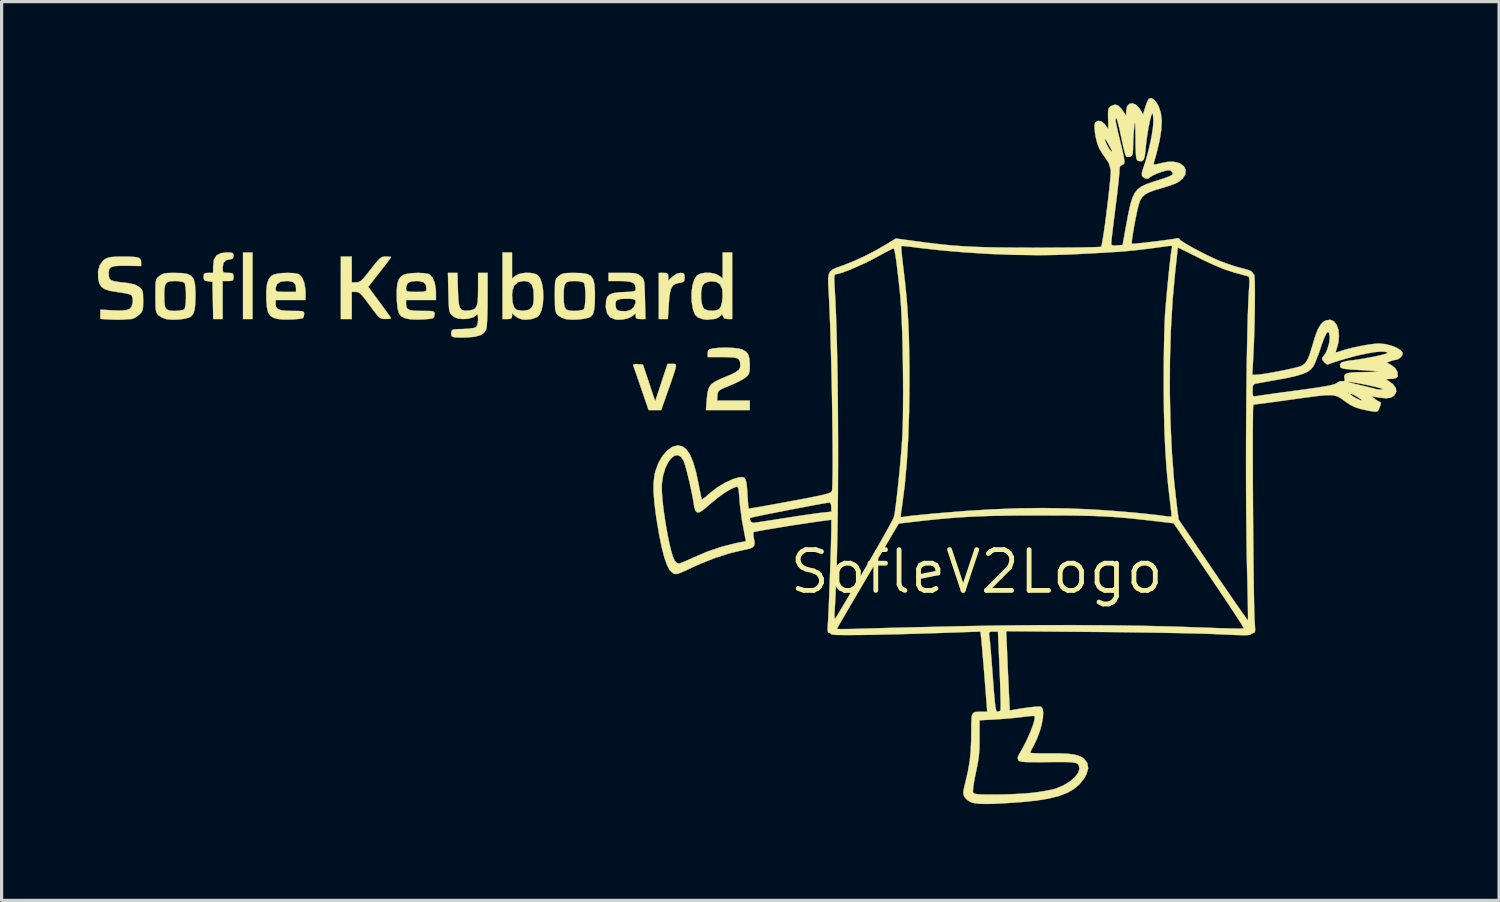
<source format=kicad_pcb>
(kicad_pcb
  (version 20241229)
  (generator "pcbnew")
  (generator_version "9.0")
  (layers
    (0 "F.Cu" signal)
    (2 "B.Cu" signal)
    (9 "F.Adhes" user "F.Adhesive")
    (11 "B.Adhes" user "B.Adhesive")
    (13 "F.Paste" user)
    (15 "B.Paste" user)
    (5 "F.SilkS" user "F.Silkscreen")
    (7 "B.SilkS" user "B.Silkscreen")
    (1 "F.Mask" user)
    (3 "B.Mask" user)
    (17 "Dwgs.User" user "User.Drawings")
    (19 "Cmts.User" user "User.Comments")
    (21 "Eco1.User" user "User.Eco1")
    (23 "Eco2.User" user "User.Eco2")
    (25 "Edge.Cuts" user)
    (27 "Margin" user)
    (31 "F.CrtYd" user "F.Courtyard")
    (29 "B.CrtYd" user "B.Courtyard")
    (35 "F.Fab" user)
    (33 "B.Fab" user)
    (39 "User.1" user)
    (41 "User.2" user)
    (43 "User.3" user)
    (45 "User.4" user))
  (footprint "SofleV2Logo"
    (layer "F.Cu")
    (at 27.382 14.765)
    (property "Reference" "SofleV2Logo" (at 0 0 0) (layer "F.SilkS") (effects (font (size 1.27 1.27) (thickness 0.15))))
    (attr through_hole)
    (fp_poly (pts (xy -22.564 -7.874) (xy -22.86 -7.874) (xy -22.86 -9.948) (xy -22.564 -9.948) (xy -22.564 -7.874)) (stroke (width 0.01) (type solid)) (fill yes) (layer "F.SilkS"))
    (fp_poly (pts (xy -9.658 -9.306) (xy -9.617 -9.27) (xy -9.61 -9.19) (xy -9.61 -9.066) (xy -9.486 -9.19) (xy -9.341 -9.291) (xy -9.232 -9.313) (xy -9.143 -9.305) (xy -9.108 -9.262) (xy -9.102 -9.171) (xy -9.109 -9.078) (xy -9.146 -9.031) (xy -9.238 -9.006) (xy -9.27 -9.001) (xy -9.384 -8.972) (xy -9.466 -8.917) (xy -9.522 -8.825) (xy -9.56 -8.681) (xy -9.584 -8.473) (xy -9.595 -8.326) (xy -9.623 -7.874) (xy -9.906 -7.874) (xy -9.906 -9.313) (xy -9.758 -9.313) (xy -9.658 -9.306)) (stroke (width 0.01) (type solid)) (fill yes) (layer "F.SilkS"))
    (fp_poly (pts (xy -9.396 -6.471) (xy -9.374 -6.449) (xy -9.372 -6.4) (xy -9.391 -6.314) (xy -9.432 -6.181) (xy -9.496 -5.991) (xy -9.587 -5.734) (xy -9.614 -5.654) (xy -9.831 -5.038) (xy -10.027 -5.038) (xy -10.223 -5.038) (xy -10.452 -5.705) (xy -10.53 -5.931) (xy -10.599 -6.131) (xy -10.654 -6.291) (xy -10.69 -6.395) (xy -10.701 -6.427) (xy -10.692 -6.463) (xy -10.619 -6.473) (xy -10.56 -6.469) (xy -10.399 -6.456) (xy -10.209 -5.884) (xy -10.018 -5.313) (xy -9.826 -5.895) (xy -9.633 -6.477) (xy -9.49 -6.477) (xy -9.435 -6.477) (xy -9.396 -6.471)) (stroke (width 0.01) (type solid)) (fill yes) (layer "F.SilkS"))
    (fp_poly (pts (xy -23.244 -9.945) (xy -23.18 -9.928) (xy -23.158 -9.886) (xy -23.156 -9.842) (xy -23.176 -9.76) (xy -23.244 -9.737) (xy -23.387 -9.71) (xy -23.469 -9.626) (xy -23.495 -9.481) (xy -23.491 -9.374) (xy -23.462 -9.326) (xy -23.384 -9.314) (xy -23.326 -9.313) (xy -23.217 -9.308) (xy -23.169 -9.281) (xy -23.157 -9.214) (xy -23.156 -9.186) (xy -23.163 -9.105) (xy -23.199 -9.069) (xy -23.289 -9.06) (xy -23.326 -9.059) (xy -23.495 -9.059) (xy -23.495 -7.874) (xy -23.789 -7.874) (xy -23.812 -9.038) (xy -23.95 -9.051) (xy -24.046 -9.071) (xy -24.083 -9.12) (xy -24.088 -9.189) (xy -24.079 -9.273) (xy -24.036 -9.307) (xy -23.939 -9.313) (xy -23.791 -9.313) (xy -23.791 -9.527) (xy -23.766 -9.723) (xy -23.687 -9.855) (xy -23.548 -9.928) (xy -23.37 -9.948) (xy -23.244 -9.945)) (stroke (width 0.01) (type solid)) (fill yes) (layer "F.SilkS"))
    (fp_poly (pts (xy -19.473 -9.017) (xy -19.335 -9.017) (xy -19.271 -9.023) (xy -19.211 -9.049) (xy -19.144 -9.105) (xy -19.056 -9.204) (xy -18.934 -9.356) (xy -18.885 -9.419) (xy -18.752 -9.589) (xy -18.657 -9.703) (xy -18.586 -9.772) (xy -18.526 -9.807) (xy -18.464 -9.82) (xy -18.41 -9.821) (xy -18.306 -9.818) (xy -18.249 -9.808) (xy -18.246 -9.805) (xy -18.27 -9.767) (xy -18.338 -9.676) (xy -18.439 -9.543) (xy -18.564 -9.382) (xy -18.602 -9.333) (xy -18.958 -8.878) (xy -18.602 -8.397) (xy -18.474 -8.223) (xy -18.367 -8.074) (xy -18.288 -7.963) (xy -18.249 -7.902) (xy -18.246 -7.895) (xy -18.283 -7.883) (xy -18.378 -7.877) (xy -18.426 -7.877) (xy -18.502 -7.88) (xy -18.563 -7.895) (xy -18.622 -7.933) (xy -18.69 -8.006) (xy -18.783 -8.124) (xy -18.911 -8.299) (xy -18.912 -8.3) (xy -19.045 -8.479) (xy -19.141 -8.599) (xy -19.213 -8.672) (xy -19.272 -8.708) (xy -19.33 -8.72) (xy -19.346 -8.721) (xy -19.473 -8.721) (xy -19.473 -7.874) (xy -19.812 -7.874) (xy -19.812 -9.821) (xy -19.473 -9.821) (xy -19.473 -9.017)) (stroke (width 0.01) (type solid)) (fill yes) (layer "F.SilkS"))
    (fp_poly (pts (xy -7.604 -6.976) (xy -7.422 -6.955) (xy -7.305 -6.925) (xy -7.188 -6.859) (xy -7.116 -6.767) (xy -7.08 -6.629) (xy -7.07 -6.433) (xy -7.074 -6.281) (xy -7.094 -6.184) (xy -7.138 -6.113) (xy -7.186 -6.066) (xy -7.277 -6.003) (xy -7.422 -5.924) (xy -7.597 -5.842) (xy -7.684 -5.806) (xy -7.859 -5.734) (xy -7.97 -5.681) (xy -8.034 -5.636) (xy -8.063 -5.587) (xy -8.075 -5.521) (xy -8.078 -5.493) (xy -8.091 -5.334) (xy -7.07 -5.334) (xy -7.07 -5.038) (xy -8.437 -5.038) (xy -8.41 -5.383) (xy -8.388 -5.583) (xy -8.348 -5.728) (xy -8.277 -5.836) (xy -8.159 -5.923) (xy -7.982 -6.009) (xy -7.876 -6.053) (xy -7.66 -6.144) (xy -7.512 -6.218) (xy -7.422 -6.284) (xy -7.378 -6.349) (xy -7.366 -6.419) (xy -7.372 -6.529) (xy -7.401 -6.605) (xy -7.464 -6.652) (xy -7.576 -6.677) (xy -7.749 -6.687) (xy -7.918 -6.689) (xy -8.382 -6.689) (xy -8.382 -6.81) (xy -8.372 -6.892) (xy -8.324 -6.934) (xy -8.223 -6.958) (xy -8.031 -6.978) (xy -7.816 -6.984) (xy -7.604 -6.976)) (stroke (width 0.01) (type solid)) (fill yes) (layer "F.SilkS"))
    (fp_poly (pts (xy -14.478 -9.138) (xy -14.366 -9.226) (xy -14.239 -9.286) (xy -14.069 -9.315) (xy -13.892 -9.311) (xy -13.74 -9.276) (xy -13.676 -9.239) (xy -13.596 -9.129) (xy -13.541 -8.962) (xy -13.51 -8.76) (xy -13.503 -8.541) (xy -13.52 -8.328) (xy -13.562 -8.141) (xy -13.627 -8.001) (xy -13.686 -7.941) (xy -13.855 -7.875) (xy -14.061 -7.854) (xy -14.161 -7.862) (xy -14.288 -7.906) (xy -14.383 -7.969) (xy -14.478 -8.058) (xy -14.478 -7.966) (xy -14.492 -7.903) (xy -14.55 -7.878) (xy -14.626 -7.874) (xy -14.774 -7.874) (xy -14.774 -8.62) (xy -14.478 -8.62) (xy -14.462 -8.391) (xy -14.414 -8.238) (xy -14.335 -8.162) (xy -14.322 -8.158) (xy -14.13 -8.132) (xy -13.971 -8.159) (xy -13.885 -8.213) (xy -13.838 -8.277) (xy -13.812 -8.368) (xy -13.802 -8.508) (xy -13.801 -8.594) (xy -13.815 -8.805) (xy -13.862 -8.947) (xy -13.948 -9.028) (xy -14.081 -9.058) (xy -14.12 -9.059) (xy -14.288 -9.026) (xy -14.404 -8.926) (xy -14.466 -8.761) (xy -14.478 -8.62) (xy -14.774 -8.62) (xy -14.774 -9.948) (xy -14.478 -9.948) (xy -14.478 -9.138)) (stroke (width 0.01) (type solid)) (fill yes) (layer "F.SilkS"))
    (fp_poly (pts (xy -7.62 -7.874) (xy -7.751 -7.874) (xy -7.858 -7.893) (xy -7.903 -7.955) (xy -7.922 -8.009) (xy -7.953 -8.004) (xy -8.005 -7.955) (xy -8.104 -7.893) (xy -8.188 -7.874) (xy -8.292 -7.867) (xy -8.347 -7.857) (xy -8.425 -7.855) (xy -8.537 -7.872) (xy -8.54 -7.873) (xy -8.681 -7.922) (xy -8.77 -8.001) (xy -8.827 -8.133) (xy -8.843 -8.19) (xy -8.883 -8.433) (xy -8.887 -8.681) (xy -8.887 -8.686) (xy -8.588 -8.686) (xy -8.587 -8.511) (xy -8.564 -8.35) (xy -8.522 -8.229) (xy -8.486 -8.185) (xy -8.37 -8.141) (xy -8.221 -8.131) (xy -8.081 -8.156) (xy -8.025 -8.184) (xy -7.972 -8.266) (xy -7.935 -8.405) (xy -7.917 -8.575) (xy -7.923 -8.752) (xy -7.933 -8.819) (xy -7.996 -8.954) (xy -8.115 -9.032) (xy -8.278 -9.05) (xy -8.373 -9.034) (xy -8.483 -8.992) (xy -8.541 -8.918) (xy -8.564 -8.848) (xy -8.588 -8.686) (xy -8.887 -8.686) (xy -8.859 -8.911) (xy -8.8 -9.104) (xy -8.718 -9.231) (xy -8.609 -9.29) (xy -8.453 -9.317) (xy -8.28 -9.312) (xy -8.122 -9.275) (xy -8.028 -9.226) (xy -7.916 -9.138) (xy -7.916 -9.948) (xy -7.62 -9.948) (xy -7.62 -7.874)) (stroke (width 0.01) (type solid)) (fill yes) (layer "F.SilkS"))
    (fp_poly (pts (xy -21.291 -9.306) (xy -21.156 -9.283) (xy -21.118 -9.268) (xy -21.023 -9.173) (xy -20.954 -9.013) (xy -20.917 -8.807) (xy -20.913 -8.701) (xy -20.913 -8.467) (xy -21.844 -8.467) (xy -21.844 -8.341) (xy -21.83 -8.25) (xy -21.778 -8.188) (xy -21.678 -8.151) (xy -21.516 -8.132) (xy -21.318 -8.128) (xy -21.143 -8.127) (xy -21.035 -8.121) (xy -20.98 -8.105) (xy -20.958 -8.074) (xy -20.955 -8.023) (xy -20.955 -8.021) (xy -20.973 -7.934) (xy -21.008 -7.897) (xy -21.118 -7.878) (xy -21.28 -7.865) (xy -21.463 -7.859) (xy -21.634 -7.862) (xy -21.751 -7.873) (xy -21.904 -7.91) (xy -22.01 -7.974) (xy -22.078 -8.08) (xy -22.116 -8.241) (xy -22.134 -8.472) (xy -22.134 -8.475) (xy -22.135 -8.759) (xy -22.128 -8.823) (xy -21.844 -8.823) (xy -21.84 -8.771) (xy -21.815 -8.741) (xy -21.752 -8.726) (xy -21.632 -8.721) (xy -21.526 -8.721) (xy -21.209 -8.721) (xy -21.209 -8.839) (xy -21.229 -8.958) (xy -21.299 -9.027) (xy -21.431 -9.057) (xy -21.511 -9.059) (xy -21.69 -9.036) (xy -21.8 -8.966) (xy -21.843 -8.847) (xy -21.844 -8.823) (xy -22.128 -8.823) (xy -22.111 -8.971) (xy -22.058 -9.122) (xy -21.975 -9.22) (xy -21.929 -9.25) (xy -21.814 -9.284) (xy -21.65 -9.306) (xy -21.465 -9.313) (xy -21.291 -9.306)) (stroke (width 0.01) (type solid)) (fill yes) (layer "F.SilkS"))
    (fp_poly (pts (xy -17.229 -9.305) (xy -17.094 -9.283) (xy -17.054 -9.268) (xy -16.959 -9.173) (xy -16.89 -9.013) (xy -16.853 -8.807) (xy -16.849 -8.701) (xy -16.849 -8.467) (xy -17.78 -8.467) (xy -17.78 -8.348) (xy -17.77 -8.253) (xy -17.732 -8.19) (xy -17.651 -8.152) (xy -17.514 -8.133) (xy -17.307 -8.128) (xy -17.285 -8.128) (xy -17.101 -8.127) (xy -16.985 -8.122) (xy -16.923 -8.108) (xy -16.897 -8.081) (xy -16.891 -8.037) (xy -16.891 -8.021) (xy -16.909 -7.934) (xy -16.944 -7.897) (xy -17.054 -7.878) (xy -17.216 -7.865) (xy -17.399 -7.859) (xy -17.57 -7.862) (xy -17.687 -7.873) (xy -17.835 -7.907) (xy -17.939 -7.966) (xy -18.007 -8.063) (xy -18.046 -8.212) (xy -18.066 -8.427) (xy -18.07 -8.513) (xy -18.071 -8.775) (xy -18.068 -8.808) (xy -17.78 -8.808) (xy -17.773 -8.763) (xy -17.741 -8.737) (xy -17.665 -8.725) (xy -17.529 -8.721) (xy -17.462 -8.721) (xy -17.3 -8.723) (xy -17.205 -8.731) (xy -17.16 -8.752) (xy -17.146 -8.79) (xy -17.145 -8.808) (xy -17.164 -8.94) (xy -17.231 -9.019) (xy -17.358 -9.055) (xy -17.462 -9.059) (xy -17.629 -9.044) (xy -17.729 -8.991) (xy -17.774 -8.891) (xy -17.78 -8.808) (xy -18.068 -8.808) (xy -18.053 -8.967) (xy -18.011 -9.103) (xy -17.942 -9.197) (xy -17.861 -9.252) (xy -17.748 -9.285) (xy -17.586 -9.306) (xy -17.402 -9.313) (xy -17.229 -9.305)) (stroke (width 0.01) (type solid)) (fill yes) (layer "F.SilkS"))
    (fp_poly (pts (xy -24.758 -9.306) (xy -24.584 -9.278) (xy -24.467 -9.216) (xy -24.394 -9.11) (xy -24.356 -8.948) (xy -24.343 -8.718) (xy -24.342 -8.594) (xy -24.348 -8.342) (xy -24.369 -8.162) (xy -24.41 -8.039) (xy -24.473 -7.96) (xy -24.53 -7.925) (xy -24.664 -7.886) (xy -24.846 -7.862) (xy -25.04 -7.854) (xy -25.211 -7.865) (xy -25.245 -7.871) (xy -25.378 -7.917) (xy -25.489 -7.987) (xy -25.499 -7.996) (xy -25.538 -8.042) (xy -25.564 -8.098) (xy -25.58 -8.181) (xy -25.588 -8.307) (xy -25.59 -8.494) (xy -25.59 -8.594) (xy -25.315 -8.594) (xy -25.31 -8.389) (xy -25.288 -8.255) (xy -25.238 -8.176) (xy -25.151 -8.139) (xy -25.015 -8.128) (xy -24.984 -8.128) (xy -24.842 -8.136) (xy -24.731 -8.158) (xy -24.689 -8.179) (xy -24.663 -8.248) (xy -24.646 -8.375) (xy -24.638 -8.537) (xy -24.639 -8.706) (xy -24.65 -8.859) (xy -24.67 -8.97) (xy -24.689 -9.009) (xy -24.757 -9.036) (xy -24.879 -9.055) (xy -24.984 -9.059) (xy -25.129 -9.052) (xy -25.225 -9.021) (xy -25.281 -8.951) (xy -25.308 -8.828) (xy -25.315 -8.638) (xy -25.315 -8.594) (xy -25.59 -8.594) (xy -25.59 -8.599) (xy -25.59 -8.814) (xy -25.586 -8.961) (xy -25.575 -9.058) (xy -25.554 -9.121) (xy -25.52 -9.167) (xy -25.472 -9.211) (xy -25.403 -9.262) (xy -25.327 -9.293) (xy -25.22 -9.308) (xy -25.059 -9.313) (xy -24.997 -9.313) (xy -24.758 -9.306)) (stroke (width 0.01) (type solid)) (fill yes) (layer "F.SilkS"))
    (fp_poly (pts (xy -16.164 -8.781) (xy -16.154 -8.527) (xy -16.135 -8.346) (xy -16.102 -8.228) (xy -16.048 -8.162) (xy -15.966 -8.136) (xy -15.852 -8.139) (xy -15.813 -8.143) (xy -15.706 -8.164) (xy -15.63 -8.204) (xy -15.581 -8.275) (xy -15.553 -8.392) (xy -15.54 -8.566) (xy -15.536 -8.812) (xy -15.536 -8.813) (xy -15.536 -9.313) (xy -15.24 -9.313) (xy -15.24 -8.491) (xy -15.242 -8.228) (xy -15.248 -7.989) (xy -15.256 -7.789) (xy -15.267 -7.642) (xy -15.28 -7.563) (xy -15.28 -7.561) (xy -15.351 -7.447) (xy -15.468 -7.369) (xy -15.643 -7.322) (xy -15.863 -7.302) (xy -16.035 -7.298) (xy -16.184 -7.3) (xy -16.282 -7.307) (xy -16.29 -7.309) (xy -16.362 -7.344) (xy -16.377 -7.423) (xy -16.375 -7.443) (xy -16.365 -7.499) (xy -16.34 -7.533) (xy -16.282 -7.551) (xy -16.173 -7.56) (xy -16.01 -7.564) (xy -15.834 -7.574) (xy -15.692 -7.592) (xy -15.606 -7.617) (xy -15.597 -7.622) (xy -15.556 -7.702) (xy -15.537 -7.839) (xy -15.537 -7.869) (xy -15.543 -7.973) (xy -15.558 -8.022) (xy -15.569 -8.018) (xy -15.673 -7.934) (xy -15.842 -7.885) (xy -15.997 -7.874) (xy -16.156 -7.887) (xy -16.272 -7.934) (xy -16.328 -7.976) (xy -16.374 -8.018) (xy -16.407 -8.061) (xy -16.428 -8.12) (xy -16.442 -8.21) (xy -16.451 -8.345) (xy -16.457 -8.541) (xy -16.461 -8.696) (xy -16.476 -9.313) (xy -16.178 -9.313) (xy -16.164 -8.781)) (stroke (width 0.01) (type solid)) (fill yes) (layer "F.SilkS"))
    (fp_poly (pts (xy -12.312 -9.306) (xy -12.138 -9.278) (xy -12.02 -9.216) (xy -11.948 -9.11) (xy -11.91 -8.947) (xy -11.897 -8.717) (xy -11.896 -8.594) (xy -11.901 -8.34) (xy -11.921 -8.157) (xy -11.957 -8.034) (xy -12.013 -7.957) (xy -12.078 -7.92) (xy -12.227 -7.883) (xy -12.421 -7.86) (xy -12.62 -7.855) (xy -12.787 -7.869) (xy -12.799 -7.871) (xy -12.932 -7.917) (xy -13.043 -7.987) (xy -13.053 -7.996) (xy -13.092 -8.042) (xy -13.118 -8.098) (xy -13.134 -8.181) (xy -13.142 -8.307) (xy -13.144 -8.494) (xy -13.144 -8.594) (xy -12.869 -8.594) (xy -12.864 -8.389) (xy -12.842 -8.255) (xy -12.792 -8.176) (xy -12.705 -8.139) (xy -12.569 -8.128) (xy -12.538 -8.128) (xy -12.396 -8.136) (xy -12.285 -8.158) (xy -12.243 -8.179) (xy -12.217 -8.248) (xy -12.2 -8.375) (xy -12.192 -8.537) (xy -12.193 -8.706) (xy -12.204 -8.859) (xy -12.224 -8.97) (xy -12.243 -9.009) (xy -12.311 -9.036) (xy -12.433 -9.055) (xy -12.538 -9.059) (xy -12.683 -9.052) (xy -12.779 -9.021) (xy -12.835 -8.951) (xy -12.862 -8.828) (xy -12.869 -8.638) (xy -12.869 -8.594) (xy -13.144 -8.594) (xy -13.145 -8.599) (xy -13.144 -8.814) (xy -13.14 -8.961) (xy -13.129 -9.058) (xy -13.108 -9.121) (xy -13.074 -9.167) (xy -13.026 -9.211) (xy -12.957 -9.262) (xy -12.881 -9.293) (xy -12.774 -9.308) (xy -12.613 -9.313) (xy -12.551 -9.313) (xy -12.312 -9.306)) (stroke (width 0.01) (type solid)) (fill yes) (layer "F.SilkS"))
    (fp_poly (pts (xy -10.828 -9.312) (xy -10.691 -9.305) (xy -10.599 -9.288) (xy -10.533 -9.26) (xy -10.473 -9.214) (xy -10.469 -9.211) (xy -10.423 -9.169) (xy -10.39 -9.126) (xy -10.369 -9.068) (xy -10.355 -8.978) (xy -10.346 -8.842) (xy -10.34 -8.646) (xy -10.336 -8.492) (xy -10.321 -7.874) (xy -10.474 -7.874) (xy -10.576 -7.882) (xy -10.619 -7.917) (xy -10.626 -7.966) (xy -10.626 -8.058) (xy -10.721 -7.972) (xy -10.843 -7.904) (xy -11.013 -7.862) (xy -11.194 -7.855) (xy -11.261 -7.863) (xy -11.417 -7.925) (xy -11.515 -8.048) (xy -11.556 -8.233) (xy -11.557 -8.279) (xy -11.553 -8.344) (xy -11.256 -8.344) (xy -11.253 -8.293) (xy -11.231 -8.191) (xy -11.176 -8.143) (xy -11.113 -8.126) (xy -10.925 -8.118) (xy -10.776 -8.162) (xy -10.682 -8.252) (xy -10.68 -8.257) (xy -10.628 -8.38) (xy -10.63 -8.456) (xy -10.695 -8.495) (xy -10.832 -8.508) (xy -10.89 -8.508) (xy -11.072 -8.502) (xy -11.185 -8.478) (xy -11.241 -8.428) (xy -11.256 -8.344) (xy -11.553 -8.344) (xy -11.547 -8.451) (xy -11.507 -8.57) (xy -11.426 -8.646) (xy -11.289 -8.69) (xy -11.085 -8.711) (xy -11.01 -8.714) (xy -10.829 -8.722) (xy -10.716 -8.733) (xy -10.655 -8.751) (xy -10.63 -8.78) (xy -10.626 -8.826) (xy -10.626 -8.828) (xy -10.642 -8.93) (xy -10.7 -8.999) (xy -10.812 -9.039) (xy -10.988 -9.057) (xy -11.116 -9.059) (xy -11.472 -9.059) (xy -11.472 -9.313) (xy -11.03 -9.313) (xy -10.828 -9.312)) (stroke (width 0.01) (type solid)) (fill yes) (layer "F.SilkS"))
    (fp_poly (pts (xy -26.392 -9.818) (xy -26.227 -9.808) (xy -26.122 -9.788) (xy -26.064 -9.753) (xy -26.039 -9.7) (xy -26.035 -9.647) (xy -26.035 -9.526) (xy -26.476 -9.534) (xy -26.71 -9.534) (xy -26.872 -9.521) (xy -26.973 -9.489) (xy -27.027 -9.431) (xy -27.045 -9.343) (xy -27.043 -9.255) (xy -27.034 -9.177) (xy -27.013 -9.122) (xy -26.966 -9.083) (xy -26.879 -9.054) (xy -26.739 -9.03) (xy -26.533 -9.005) (xy -26.446 -8.996) (xy -26.234 -8.951) (xy -26.088 -8.87) (xy -26.087 -8.869) (xy -26.028 -8.812) (xy -25.993 -8.75) (xy -25.977 -8.659) (xy -25.972 -8.517) (xy -25.971 -8.446) (xy -25.973 -8.279) (xy -25.985 -8.173) (xy -26.012 -8.101) (xy -26.064 -8.039) (xy -26.11 -7.998) (xy -26.217 -7.92) (xy -26.318 -7.877) (xy -26.343 -7.874) (xy -26.452 -7.869) (xy -26.583 -7.859) (xy -26.585 -7.859) (xy -26.707 -7.854) (xy -26.873 -7.855) (xy -27.019 -7.861) (xy -27.305 -7.878) (xy -27.305 -8.168) (xy -26.913 -8.146) (xy -26.674 -8.138) (xy -26.505 -8.151) (xy -26.395 -8.19) (xy -26.331 -8.26) (xy -26.302 -8.366) (xy -26.297 -8.408) (xy -26.302 -8.541) (xy -26.336 -8.62) (xy -26.34 -8.623) (xy -26.405 -8.648) (xy -26.531 -8.676) (xy -26.696 -8.704) (xy -26.772 -8.714) (xy -27.006 -8.753) (xy -27.169 -8.805) (xy -27.276 -8.882) (xy -27.339 -8.992) (xy -27.372 -9.133) (xy -27.377 -9.362) (xy -27.323 -9.556) (xy -27.215 -9.702) (xy -27.165 -9.739) (xy -27.08 -9.78) (xy -26.975 -9.805) (xy -26.828 -9.817) (xy -26.628 -9.821) (xy -26.392 -9.818)) (stroke (width 0.01) (type solid)) (fill yes) (layer "F.SilkS"))
    (fp_poly (pts (xy 5.525 -14.71) (xy 5.617 -14.593) (xy 5.672 -14.492) (xy 5.737 -14.296) (xy 5.764 -14.063) (xy 5.752 -13.785) (xy 5.701 -13.454) (xy 5.609 -13.063) (xy 5.523 -12.758) (xy 5.512 -12.708) (xy 5.529 -12.688) (xy 5.593 -12.695) (xy 5.72 -12.726) (xy 5.721 -12.726) (xy 5.94 -12.772) (xy 6.113 -12.779) (xy 6.267 -12.747) (xy 6.329 -12.724) (xy 6.454 -12.636) (xy 6.51 -12.518) (xy 6.498 -12.385) (xy 6.419 -12.253) (xy 6.275 -12.137) (xy 6.169 -12.088) (xy 6.011 -12.03) (xy 5.831 -11.973) (xy 5.785 -11.96) (xy 5.539 -11.887) (xy 5.361 -11.82) (xy 5.237 -11.75) (xy 5.151 -11.668) (xy 5.09 -11.565) (xy 5.081 -11.543) (xy 5.051 -11.452) (xy 5.014 -11.306) (xy 4.974 -11.123) (xy 4.933 -10.92) (xy 4.895 -10.714) (xy 4.864 -10.524) (xy 4.841 -10.367) (xy 4.831 -10.26) (xy 4.835 -10.221) (xy 4.88 -10.221) (xy 4.992 -10.23) (xy 5.154 -10.246) (xy 5.349 -10.268) (xy 5.56 -10.293) (xy 5.769 -10.319) (xy 5.961 -10.345) (xy 6.118 -10.367) (xy 6.223 -10.385) (xy 6.255 -10.393) (xy 6.303 -10.387) (xy 6.308 -10.373) (xy 6.344 -10.333) (xy 6.442 -10.266) (xy 6.589 -10.177) (xy 6.77 -10.075) (xy 6.972 -9.968) (xy 7.18 -9.863) (xy 7.38 -9.768) (xy 7.559 -9.69) (xy 7.566 -9.687) (xy 7.781 -9.606) (xy 8.011 -9.529) (xy 8.218 -9.469) (xy 8.275 -9.455) (xy 8.445 -9.408) (xy 8.556 -9.363) (xy 8.594 -9.326) (xy 8.622 -9.275) (xy 8.641 -9.271) (xy 8.652 -9.23) (xy 8.66 -9.116) (xy 8.665 -8.939) (xy 8.667 -8.709) (xy 8.666 -8.437) (xy 8.663 -8.135) (xy 8.657 -7.812) (xy 8.648 -7.48) (xy 8.637 -7.15) (xy 8.623 -6.831) (xy 8.61 -6.572) (xy 8.586 -6.138) (xy 8.7 -6.138) (xy 8.808 -6.147) (xy 8.975 -6.17) (xy 9.179 -6.204) (xy 9.403 -6.246) (xy 9.626 -6.29) (xy 9.83 -6.335) (xy 9.995 -6.375) (xy 10.103 -6.407) (xy 10.122 -6.416) (xy 10.202 -6.469) (xy 10.27 -6.547) (xy 10.331 -6.663) (xy 10.393 -6.832) (xy 10.464 -7.066) (xy 10.478 -7.115) (xy 10.561 -7.382) (xy 10.64 -7.577) (xy 10.723 -7.712) (xy 10.816 -7.798) (xy 10.88 -7.832) (xy 11.016 -7.853) (xy 11.129 -7.804) (xy 11.214 -7.696) (xy 11.269 -7.541) (xy 11.288 -7.35) (xy 11.267 -7.136) (xy 11.204 -6.909) (xy 11.196 -6.889) (xy 11.184 -6.841) (xy 11.219 -6.837) (xy 11.288 -6.86) (xy 11.47 -6.919) (xy 11.701 -6.979) (xy 11.952 -7.033) (xy 12.198 -7.077) (xy 12.41 -7.105) (xy 12.533 -7.112) (xy 12.728 -7.094) (xy 12.921 -7.047) (xy 13.091 -6.978) (xy 13.216 -6.896) (xy 13.27 -6.825) (xy 13.26 -6.75) (xy 13.198 -6.67) (xy 13.11 -6.615) (xy 13.058 -6.604) (xy 12.979 -6.59) (xy 12.886 -6.56) (xy 12.77 -6.516) (xy 12.914 -6.444) (xy 13.035 -6.35) (xy 13.107 -6.229) (xy 13.117 -6.104) (xy 13.11 -6.08) (xy 13.056 -6.03) (xy 12.935 -6.011) (xy 12.902 -6.01) (xy 12.796 -6.006) (xy 12.763 -5.994) (xy 12.795 -5.968) (xy 12.806 -5.962) (xy 12.969 -5.846) (xy 13.058 -5.724) (xy 13.072 -5.603) (xy 13.007 -5.492) (xy 12.997 -5.483) (xy 12.899 -5.425) (xy 12.762 -5.406) (xy 12.571 -5.422) (xy 12.488 -5.436) (xy 12.298 -5.471) (xy 12.41 -5.381) (xy 12.5 -5.32) (xy 12.565 -5.292) (xy 12.568 -5.292) (xy 12.594 -5.259) (xy 12.569 -5.161) (xy 12.524 -5.055) (xy 12.496 -5.01) (xy 12.457 -4.988) (xy 12.384 -4.989) (xy 12.255 -5.01) (xy 12.199 -5.021) (xy 11.973 -5.069) (xy 11.803 -5.121) (xy 11.658 -5.19) (xy 11.509 -5.286) (xy 11.472 -5.313) (xy 11.38 -5.38) (xy 11.3 -5.432) (xy 11.221 -5.47) (xy 11.132 -5.494) (xy 11.022 -5.504) (xy 10.881 -5.501) (xy 10.698 -5.485) (xy 10.461 -5.456) (xy 10.16 -5.416) (xy 9.857 -5.374) (xy 9.548 -5.331) (xy 9.265 -5.292) (xy 9.02 -5.259) (xy 8.824 -5.233) (xy 8.688 -5.215) (xy 8.623 -5.207) (xy 8.619 -5.207) (xy 8.614 -5.166) (xy 8.609 -5.048) (xy 8.606 -4.861) (xy 8.604 -4.612) (xy 8.602 -4.309) (xy 8.602 -3.96) (xy 8.602 -3.573) (xy 8.603 -3.154) (xy 8.604 -2.713) (xy 8.607 -2.256) (xy 8.61 -1.791) (xy 8.613 -1.327) (xy 8.617 -0.87) (xy 8.622 -0.428) (xy 8.626 -0.009) (xy 8.632 0.379) (xy 8.637 0.728) (xy 8.643 1.032) (xy 8.649 1.281) (xy 8.655 1.469) (xy 8.662 1.588) (xy 8.662 1.598) (xy 8.674 1.759) (xy 8.673 1.852) (xy 8.655 1.895) (xy 8.624 1.905) (xy 8.557 1.93) (xy 8.543 1.951) (xy 8.51 1.966) (xy 8.42 1.975) (xy 8.267 1.976) (xy 8.044 1.969) (xy 7.745 1.956) (xy 7.597 1.949) (xy 7.39 1.94) (xy 7.109 1.93) (xy 6.763 1.921) (xy 6.363 1.912) (xy 5.919 1.903) (xy 5.442 1.895) (xy 4.941 1.888) (xy 4.426 1.881) (xy 3.908 1.876) (xy 3.793 1.875) (xy 0.918 1.851) (xy 0.947 2.524) (xy 0.959 2.815) (xy 0.973 3.135) (xy 0.988 3.448) (xy 1 3.718) (xy 1.002 3.759) (xy 1.029 4.322) (xy 1.139 4.302) (xy 1.383 4.26) (xy 1.608 4.228) (xy 1.797 4.207) (xy 1.936 4.198) (xy 2.005 4.204) (xy 2.054 4.266) (xy 2.072 4.389) (xy 2.061 4.559) (xy 2.023 4.761) (xy 1.962 4.979) (xy 1.88 5.198) (xy 1.81 5.345) (xy 1.74 5.48) (xy 1.686 5.584) (xy 1.66 5.636) (xy 1.66 5.637) (xy 1.695 5.646) (xy 1.799 5.653) (xy 1.959 5.658) (xy 2.159 5.658) (xy 2.231 5.658) (xy 2.558 5.658) (xy 2.813 5.668) (xy 3.009 5.69) (xy 3.157 5.725) (xy 3.271 5.775) (xy 3.344 5.827) (xy 3.448 5.962) (xy 3.473 6.125) (xy 3.417 6.314) (xy 3.344 6.443) (xy 3.205 6.618) (xy 3.035 6.764) (xy 2.825 6.886) (xy 2.568 6.985) (xy 2.255 7.064) (xy 1.878 7.126) (xy 1.431 7.173) (xy 1.123 7.196) (xy 0.77 7.217) (xy 0.491 7.23) (xy 0.273 7.234) (xy 0.105 7.23) (xy -0.024 7.218) (xy -0.126 7.197) (xy -0.168 7.184) (xy -0.286 7.118) (xy -0.374 7.027) (xy -0.378 7.02) (xy -0.406 6.959) (xy -0.417 6.892) (xy -0.411 6.835) (xy -0.118 6.835) (xy -0.114 6.873) (xy -0.094 6.899) (xy -0.051 6.918) (xy 0.028 6.93) (xy 0.156 6.938) (xy 0.344 6.941) (xy 0.602 6.941) (xy 0.885 6.937) (xy 1.186 6.925) (xy 1.474 6.909) (xy 1.717 6.888) (xy 1.778 6.882) (xy 1.997 6.851) (xy 2.209 6.814) (xy 2.384 6.777) (xy 2.477 6.751) (xy 2.705 6.653) (xy 2.901 6.534) (xy 3.054 6.403) (xy 3.158 6.268) (xy 3.202 6.141) (xy 3.179 6.029) (xy 3.151 5.993) (xy 3.118 5.969) (xy 3.069 5.951) (xy 2.991 5.939) (xy 2.873 5.931) (xy 2.704 5.928) (xy 2.472 5.928) (xy 2.208 5.93) (xy 1.912 5.933) (xy 1.689 5.933) (xy 1.529 5.929) (xy 1.42 5.921) (xy 1.352 5.908) (xy 1.312 5.89) (xy 1.293 5.87) (xy 1.274 5.785) (xy 1.309 5.705) (xy 1.425 5.507) (xy 1.535 5.293) (xy 1.634 5.079) (xy 1.717 4.877) (xy 1.776 4.704) (xy 1.807 4.573) (xy 1.803 4.5) (xy 1.799 4.495) (xy 1.751 4.491) (xy 1.64 4.499) (xy 1.486 4.516) (xy 1.419 4.525) (xy 1.218 4.549) (xy 0.971 4.572) (xy 0.715 4.592) (xy 0.574 4.601) (xy 0.088 4.627) (xy 0.088 5.132) (xy 0.087 5.362) (xy 0.082 5.544) (xy 0.07 5.702) (xy 0.05 5.861) (xy 0.017 6.045) (xy -0.03 6.278) (xy -0.051 6.376) (xy -0.086 6.562) (xy -0.109 6.722) (xy -0.118 6.835) (xy -0.411 6.835) (xy -0.408 6.799) (xy -0.378 6.659) (xy -0.347 6.533) (xy -0.272 6.208) (xy -0.22 5.904) (xy -0.189 5.594) (xy -0.173 5.248) (xy -0.17 4.989) (xy -0.169 4.747) (xy -0.163 4.576) (xy -0.146 4.465) (xy -0.11 4.401) (xy -0.051 4.37) (xy 0.04 4.361) (xy 0.145 4.36) (xy 0.326 4.36) (xy 0.311 4.159) (xy 0.278 3.732) (xy 0.247 3.333) (xy 0.218 2.971) (xy 0.192 2.655) (xy 0.17 2.396) (xy 0.153 2.203) (xy 0.141 2.085) (xy 0.119 1.897) (xy 0.385 1.897) (xy 0.388 1.977) (xy 0.395 2.021) (xy 0.405 2.111) (xy 0.421 2.269) (xy 0.439 2.482) (xy 0.46 2.733) (xy 0.481 3.009) (xy 0.487 3.09) (xy 0.514 3.451) (xy 0.536 3.737) (xy 0.555 3.956) (xy 0.571 4.117) (xy 0.586 4.228) (xy 0.602 4.3) (xy 0.618 4.34) (xy 0.636 4.357) (xy 0.656 4.36) (xy 0.727 4.334) (xy 0.74 4.32) (xy 0.745 4.268) (xy 0.746 4.143) (xy 0.743 3.956) (xy 0.737 3.718) (xy 0.728 3.439) (xy 0.716 3.131) (xy 0.713 3.071) (xy 0.661 1.863) (xy 0.516 1.863) (xy 0.422 1.867) (xy 0.385 1.897) (xy 0.119 1.897) (xy 0.115 1.863) (xy -0.482 1.884) (xy -1.087 1.905) (xy -1.659 1.923) (xy -2.195 1.939) (xy -2.689 1.951) (xy -3.135 1.961) (xy -3.528 1.968) (xy -3.864 1.971) (xy -4.136 1.971) (xy -4.34 1.969) (xy -4.47 1.962) (xy -4.521 1.953) (xy -4.521 1.952) (xy -4.571 1.909) (xy -4.598 1.905) (xy -4.63 1.89) (xy -4.645 1.836) (xy -4.645 1.778) (xy -4.358 1.778) (xy -4.319 1.783) (xy -4.207 1.785) (xy -4.037 1.784) (xy -3.821 1.78) (xy -3.572 1.773) (xy -3.545 1.772) (xy -3.347 1.766) (xy -3.075 1.758) (xy -2.741 1.749) (xy -2.355 1.74) (xy -1.93 1.729) (xy -1.475 1.719) (xy -1.002 1.708) (xy -0.522 1.697) (xy -0.275 1.692) (xy 0.826 1.673) (xy 1.941 1.663) (xy 3.052 1.662) (xy 4.144 1.669) (xy 5.2 1.684) (xy 6.205 1.709) (xy 7.141 1.741) (xy 7.146 1.741) (xy 7.45 1.753) (xy 7.726 1.761) (xy 7.962 1.767) (xy 8.148 1.77) (xy 8.272 1.77) (xy 8.324 1.766) (xy 8.324 1.765) (xy 8.306 1.727) (xy 8.244 1.625) (xy 8.144 1.468) (xy 8.009 1.262) (xy 7.845 1.014) (xy 7.656 0.731) (xy 7.447 0.42) (xy 7.241 0.115) (xy 6.135 -1.512) (xy 5.533 -1.582) (xy 5.161 -1.624) (xy 4.831 -1.659) (xy 4.528 -1.687) (xy 4.24 -1.709) (xy 3.952 -1.726) (xy 3.65 -1.739) (xy 3.32 -1.747) (xy 2.948 -1.753) (xy 2.521 -1.755) (xy 2.024 -1.756) (xy 1.99 -1.756) (xy 1.396 -1.755) (xy 0.871 -1.749) (xy 0.4 -1.739) (xy -0.033 -1.723) (xy -0.444 -1.701) (xy -0.848 -1.671) (xy -1.261 -1.634) (xy -1.699 -1.588) (xy -2.009 -1.552) (xy -2.43 -1.503) (xy -3.393 0.127) (xy -3.592 0.465) (xy -3.777 0.78) (xy -3.945 1.064) (xy -4.089 1.312) (xy -4.207 1.514) (xy -4.294 1.664) (xy -4.345 1.754) (xy -4.358 1.778) (xy -4.645 1.778) (xy -4.645 1.726) (xy -4.636 1.598) (xy -4.628 1.47) (xy -4.619 1.272) (xy -4.607 1.018) (xy -4.595 0.722) (xy -4.583 0.4) (xy -4.571 0.065) (xy -4.559 -0.269) (xy -4.549 -0.586) (xy -4.54 -0.872) (xy -4.534 -1.114) (xy -4.53 -1.296) (xy -4.53 -1.369) (xy -4.53 -1.62) (xy -4.752 -1.591) (xy -4.947 -1.565) (xy -5.181 -1.531) (xy -5.443 -1.492) (xy -5.718 -1.45) (xy -5.994 -1.406) (xy -6.258 -1.363) (xy -6.498 -1.322) (xy -6.699 -1.287) (xy -6.849 -1.259) (xy -6.936 -1.241) (xy -6.951 -1.235) (xy -6.961 -1.18) (xy -6.95 -1.075) (xy -6.939 -1.022) (xy -6.919 -0.893) (xy -6.936 -0.806) (xy -7.003 -0.748) (xy -7.133 -0.705) (xy -7.272 -0.677) (xy -7.688 -0.579) (xy -8.141 -0.434) (xy -8.608 -0.251) (xy -8.862 -0.136) (xy -9.068 -0.039) (xy -9.212 0.024) (xy -9.31 0.06) (xy -9.378 0.071) (xy -9.429 0.062) (xy -9.475 0.039) (xy -9.564 -0.048) (xy -9.65 -0.211) (xy -9.734 -0.45) (xy -9.816 -0.767) (xy -9.897 -1.165) (xy -9.977 -1.646) (xy -9.994 -1.757) (xy -10.046 -2.172) (xy -10.07 -2.52) (xy -10.07 -2.527) (xy -9.812 -2.527) (xy -9.796 -2.292) (xy -9.767 -2.018) (xy -9.727 -1.722) (xy -9.679 -1.419) (xy -9.626 -1.125) (xy -9.569 -0.854) (xy -9.513 -0.623) (xy -9.458 -0.447) (xy -9.414 -0.349) (xy -9.347 -0.278) (xy -9.29 -0.254) (xy -9.226 -0.271) (xy -9.106 -0.319) (xy -8.949 -0.387) (xy -8.836 -0.44) (xy -8.399 -0.627) (xy -7.944 -0.781) (xy -7.51 -0.891) (xy -7.465 -0.9) (xy -7.19 -0.952) (xy -7.217 -1.079) (xy -7.314 -1.599) (xy -7.317 -1.621) (xy -7.066 -1.621) (xy -7.03 -1.555) (xy -6.973 -1.524) (xy -6.916 -1.53) (xy -6.788 -1.548) (xy -6.603 -1.576) (xy -6.373 -1.611) (xy -6.112 -1.652) (xy -6.008 -1.668) (xy -5.72 -1.713) (xy -5.442 -1.756) (xy -5.19 -1.792) (xy -4.983 -1.822) (xy -4.837 -1.84) (xy -4.815 -1.842) (xy -4.53 -1.873) (xy -4.53 -2.016) (xy -4.544 -2.119) (xy -4.582 -2.158) (xy -4.583 -2.158) (xy -4.645 -2.15) (xy -4.775 -2.128) (xy -4.961 -2.095) (xy -5.188 -2.053) (xy -5.446 -2.004) (xy -5.72 -1.952) (xy -5.999 -1.898) (xy -6.269 -1.845) (xy -6.519 -1.795) (xy -6.735 -1.751) (xy -6.905 -1.715) (xy -7.016 -1.69) (xy -7.056 -1.679) (xy -7.066 -1.621) (xy -7.317 -1.621) (xy -7.377 -2.077) (xy -7.394 -2.276) (xy -7.408 -2.459) (xy -7.422 -2.573) (xy -7.44 -2.631) (xy -7.468 -2.65) (xy -7.509 -2.643) (xy -7.51 -2.643) (xy -7.662 -2.577) (xy -7.855 -2.461) (xy -8.07 -2.306) (xy -8.29 -2.126) (xy -8.338 -2.083) (xy -8.504 -1.94) (xy -8.624 -1.861) (xy -8.707 -1.846) (xy -8.762 -1.897) (xy -8.799 -2.014) (xy -8.817 -2.121) (xy -8.85 -2.315) (xy -8.895 -2.542) (xy -8.948 -2.783) (xy -9.004 -3.017) (xy -9.058 -3.225) (xy -9.106 -3.386) (xy -9.138 -3.471) (xy -9.222 -3.59) (xy -9.319 -3.635) (xy -9.423 -3.613) (xy -9.526 -3.531) (xy -9.623 -3.396) (xy -9.707 -3.217) (xy -9.771 -3.001) (xy -9.808 -2.755) (xy -9.812 -2.709) (xy -9.812 -2.527) (xy -10.07 -2.527) (xy -10.065 -2.81) (xy -10.031 -3.056) (xy -10.013 -3.128) (xy -9.922 -3.381) (xy -9.797 -3.6) (xy -9.648 -3.774) (xy -9.486 -3.891) (xy -9.323 -3.937) (xy -9.31 -3.937) (xy -9.169 -3.907) (xy -9.045 -3.813) (xy -8.934 -3.652) (xy -8.836 -3.418) (xy -8.746 -3.109) (xy -8.672 -2.763) (xy -8.634 -2.568) (xy -8.602 -2.407) (xy -8.578 -2.295) (xy -8.566 -2.249) (xy -8.566 -2.249) (xy -8.532 -2.268) (xy -8.451 -2.331) (xy -8.34 -2.426) (xy -8.31 -2.453) (xy -8.086 -2.626) (xy -7.837 -2.777) (xy -7.59 -2.889) (xy -7.401 -2.943) (xy -7.311 -2.952) (xy -7.247 -2.934) (xy -7.203 -2.876) (xy -7.174 -2.766) (xy -7.155 -2.593) (xy -7.142 -2.399) (xy -7.131 -2.221) (xy -7.119 -2.078) (xy -7.109 -1.99) (xy -7.105 -1.97) (xy -7.061 -1.974) (xy -6.945 -1.993) (xy -6.765 -2.023) (xy -6.534 -2.064) (xy -6.259 -2.114) (xy -5.953 -2.17) (xy -5.813 -2.196) (xy -5.449 -2.264) (xy -5.161 -2.32) (xy -4.938 -2.365) (xy -4.773 -2.401) (xy -4.657 -2.432) (xy -4.581 -2.458) (xy -4.537 -2.483) (xy -4.516 -2.508) (xy -4.511 -2.519) (xy -4.502 -2.6) (xy -4.495 -2.757) (xy -4.49 -2.983) (xy -4.488 -3.269) (xy -4.488 -3.606) (xy -4.49 -3.986) (xy -4.494 -4.401) (xy -4.5 -4.844) (xy -4.507 -5.304) (xy -4.516 -5.776) (xy -4.526 -6.249) (xy -4.538 -6.716) (xy -4.551 -7.168) (xy -4.564 -7.598) (xy -4.579 -7.997) (xy -4.594 -8.356) (xy -4.61 -8.668) (xy -4.61 -8.676) (xy -4.625 -8.933) (xy -4.628 -9.121) (xy -4.625 -9.147) (xy -4.44 -9.147) (xy -4.436 -9.011) (xy -4.427 -8.858) (xy -4.403 -8.435) (xy -4.382 -7.94) (xy -4.364 -7.384) (xy -4.349 -6.777) (xy -4.337 -6.129) (xy -4.328 -5.45) (xy -4.323 -4.749) (xy -4.32 -4.036) (xy -4.32 -3.322) (xy -4.323 -2.616) (xy -4.33 -1.928) (xy -4.339 -1.269) (xy -4.352 -0.647) (xy -4.367 -0.073) (xy -4.386 0.443) (xy -4.407 0.891) (xy -4.424 1.164) (xy -4.432 1.33) (xy -4.429 1.433) (xy -4.414 1.463) (xy -4.41 1.46) (xy -4.381 1.416) (xy -4.313 1.306) (xy -4.213 1.139) (xy -4.084 0.923) (xy -3.931 0.665) (xy -3.759 0.374) (xy -3.573 0.058) (xy -3.494 -0.077) (xy -3.302 -0.405) (xy -3.123 -0.715) (xy -2.961 -0.999) (xy -2.822 -1.246) (xy -2.71 -1.45) (xy -2.629 -1.601) (xy -2.586 -1.691) (xy -2.58 -1.707) (xy -2.572 -1.748) (xy -2.369 -1.748) (xy -2.358 -1.704) (xy -2.315 -1.705) (xy -2.303 -1.708) (xy -2.238 -1.719) (xy -2.103 -1.736) (xy -1.91 -1.757) (xy -1.673 -1.781) (xy -1.406 -1.807) (xy -1.291 -1.818) (xy -0.37 -1.893) (xy 0.485 -1.946) (xy 1.293 -1.977) (xy 2.069 -1.986) (xy 2.831 -1.974) (xy 3.493 -1.947) (xy 3.853 -1.925) (xy 4.237 -1.898) (xy 4.626 -1.867) (xy 5 -1.834) (xy 5.343 -1.799) (xy 5.635 -1.766) (xy 5.831 -1.74) (xy 5.957 -1.724) (xy 6.044 -1.718) (xy 6.067 -1.721) (xy 6.068 -1.766) (xy 6.059 -1.877) (xy 6.042 -2.034) (xy 6.027 -2.155) (xy 5.964 -2.689) (xy 5.914 -3.225) (xy 5.877 -3.779) (xy 5.85 -4.368) (xy 5.833 -5.005) (xy 5.827 -5.608) (xy 6.016 -5.608) (xy 6.037 -4.641) (xy 6.082 -3.7) (xy 6.152 -2.803) (xy 6.236 -2.053) (xy 6.29 -1.63) (xy 7.363 -0.051) (xy 7.584 0.273) (xy 7.79 0.574) (xy 7.977 0.846) (xy 8.139 1.08) (xy 8.273 1.271) (xy 8.372 1.411) (xy 8.432 1.493) (xy 8.45 1.513) (xy 8.452 1.469) (xy 8.452 1.349) (xy 8.45 1.165) (xy 8.446 0.924) (xy 8.44 0.637) (xy 8.433 0.313) (xy 8.424 -0.023) (xy 8.414 -0.5) (xy 8.405 -1.025) (xy 8.399 -1.588) (xy 8.394 -2.183) (xy 8.392 -2.801) (xy 8.391 -3.433) (xy 8.392 -4.07) (xy 8.395 -4.705) (xy 8.4 -5.329) (xy 8.403 -5.645) (xy 8.594 -5.645) (xy 8.597 -5.527) (xy 8.614 -5.474) (xy 8.661 -5.465) (xy 8.71 -5.473) (xy 8.782 -5.484) (xy 8.925 -5.505) (xy 9.128 -5.534) (xy 9.182 -5.541) (xy 11.641 -5.541) (xy 11.665 -5.506) (xy 11.736 -5.454) (xy 11.841 -5.397) (xy 11.943 -5.351) (xy 12.002 -5.334) (xy 11.995 -5.354) (xy 11.931 -5.403) (xy 11.874 -5.439) (xy 11.757 -5.505) (xy 11.675 -5.541) (xy 11.641 -5.541) (xy 9.182 -5.541) (xy 9.365 -5.567) (xy 11.557 -5.567) (xy 11.578 -5.546) (xy 11.599 -5.567) (xy 11.578 -5.588) (xy 11.557 -5.567) (xy 9.365 -5.567) (xy 9.379 -5.569) (xy 9.665 -5.608) (xy 9.974 -5.65) (xy 9.991 -5.652) (xy 10.355 -5.702) (xy 10.644 -5.744) (xy 10.864 -5.78) (xy 11.023 -5.811) (xy 11.129 -5.838) (xy 11.191 -5.863) (xy 11.21 -5.878) (xy 11.284 -5.922) (xy 11.578 -5.922) (xy 11.581 -5.913) (xy 11.654 -5.889) (xy 11.785 -5.855) (xy 11.937 -5.818) (xy 12.123 -5.774) (xy 12.279 -5.736) (xy 12.387 -5.709) (xy 12.424 -5.697) (xy 12.494 -5.681) (xy 12.576 -5.677) (xy 12.636 -5.684) (xy 12.645 -5.699) (xy 12.595 -5.718) (xy 12.48 -5.748) (xy 12.323 -5.785) (xy 12.141 -5.824) (xy 11.956 -5.861) (xy 11.787 -5.893) (xy 11.654 -5.914) (xy 11.578 -5.922) (xy 11.284 -5.922) (xy 11.298 -5.93) (xy 11.374 -5.933) (xy 11.452 -5.933) (xy 11.468 -5.973) (xy 11.463 -6.002) (xy 11.45 -6.085) (xy 11.47 -6.144) (xy 11.534 -6.182) (xy 11.652 -6.205) (xy 11.837 -6.217) (xy 12.01 -6.22) (xy 12.205 -6.224) (xy 12.367 -6.229) (xy 12.477 -6.235) (xy 12.52 -6.24) (xy 12.485 -6.247) (xy 12.381 -6.257) (xy 12.221 -6.269) (xy 12.021 -6.281) (xy 11.943 -6.285) (xy 11.692 -6.3) (xy 11.515 -6.316) (xy 11.402 -6.335) (xy 11.343 -6.358) (xy 11.329 -6.375) (xy 11.317 -6.462) (xy 11.366 -6.521) (xy 11.485 -6.56) (xy 11.612 -6.579) (xy 11.797 -6.602) (xy 12.003 -6.634) (xy 12.214 -6.671) (xy 12.414 -6.711) (xy 12.588 -6.749) (xy 12.719 -6.784) (xy 12.792 -6.811) (xy 12.802 -6.822) (xy 12.735 -6.855) (xy 12.598 -6.862) (xy 12.401 -6.844) (xy 12.154 -6.802) (xy 11.867 -6.739) (xy 11.659 -6.685) (xy 11.437 -6.622) (xy 11.243 -6.564) (xy 11.091 -6.516) (xy 10.998 -6.481) (xy 10.978 -6.47) (xy 10.913 -6.462) (xy 10.84 -6.517) (xy 10.767 -6.606) (xy 10.763 -6.672) (xy 10.814 -6.729) (xy 10.873 -6.814) (xy 10.93 -6.951) (xy 10.976 -7.11) (xy 10.999 -7.26) (xy 10.999 -7.329) (xy 10.978 -7.442) (xy 10.943 -7.476) (xy 10.896 -7.43) (xy 10.833 -7.302) (xy 10.755 -7.093) (xy 10.73 -7.019) (xy 10.661 -6.816) (xy 10.591 -6.63) (xy 10.53 -6.484) (xy 10.492 -6.406) (xy 10.419 -6.314) (xy 10.313 -6.236) (xy 10.164 -6.167) (xy 9.961 -6.105) (xy 9.694 -6.043) (xy 9.419 -5.992) (xy 9.19 -5.951) (xy 8.985 -5.914) (xy 8.82 -5.884) (xy 8.714 -5.865) (xy 8.689 -5.86) (xy 8.63 -5.836) (xy 8.602 -5.78) (xy 8.594 -5.668) (xy 8.594 -5.645) (xy 8.403 -5.645) (xy 8.406 -5.934) (xy 8.414 -6.511) (xy 8.424 -7.052) (xy 8.435 -7.549) (xy 8.447 -7.992) (xy 8.461 -8.375) (xy 8.476 -8.688) (xy 8.489 -8.88) (xy 8.498 -9.051) (xy 8.491 -9.153) (xy 8.468 -9.2) (xy 8.458 -9.205) (xy 8.395 -9.223) (xy 8.272 -9.257) (xy 8.108 -9.302) (xy 8.001 -9.331) (xy 7.721 -9.423) (xy 7.384 -9.561) (xy 6.999 -9.742) (xy 6.932 -9.776) (xy 6.717 -9.884) (xy 6.531 -9.976) (xy 6.386 -10.046) (xy 6.293 -10.09) (xy 6.265 -10.101) (xy 6.261 -10.057) (xy 6.249 -9.943) (xy 6.23 -9.771) (xy 6.207 -9.556) (xy 6.182 -9.331) (xy 6.103 -8.46) (xy 6.049 -7.537) (xy 6.02 -6.579) (xy 6.016 -5.608) (xy 5.827 -5.608) (xy 5.826 -5.707) (xy 5.826 -5.905) (xy 5.827 -6.315) (xy 5.831 -6.721) (xy 5.837 -7.109) (xy 5.846 -7.465) (xy 5.856 -7.775) (xy 5.868 -8.024) (xy 5.877 -8.149) (xy 5.904 -8.467) (xy 5.933 -8.789) (xy 5.963 -9.101) (xy 5.993 -9.392) (xy 6.021 -9.649) (xy 6.045 -9.859) (xy 6.066 -10.01) (xy 6.081 -10.09) (xy 6.081 -10.091) (xy 6.088 -10.139) (xy 6.056 -10.156) (xy 5.968 -10.15) (xy 5.913 -10.142) (xy 5.636 -10.103) (xy 5.334 -10.064) (xy 5.033 -10.028) (xy 4.756 -9.999) (xy 4.528 -9.978) (xy 4.445 -9.972) (xy 3.969 -9.943) (xy 3.565 -9.92) (xy 3.221 -9.902) (xy 2.925 -9.888) (xy 2.663 -9.878) (xy 2.423 -9.871) (xy 2.194 -9.867) (xy 1.963 -9.865) (xy 1.863 -9.865) (xy 1.141 -9.875) (xy 0.389 -9.904) (xy -0.365 -9.951) (xy -1.094 -10.013) (xy -1.77 -10.089) (xy -1.857 -10.1) (xy -2.048 -10.124) (xy -2.206 -10.142) (xy -2.314 -10.15) (xy -2.353 -10.149) (xy -2.353 -10.104) (xy -2.344 -9.99) (xy -2.327 -9.821) (xy -2.304 -9.613) (xy -2.288 -9.48) (xy -2.234 -9.024) (xy -2.191 -8.6) (xy -2.158 -8.191) (xy -2.133 -7.779) (xy -2.115 -7.348) (xy -2.104 -6.88) (xy -2.098 -6.358) (xy -2.097 -5.905) (xy -2.106 -5.005) (xy -2.133 -4.18) (xy -2.178 -3.42) (xy -2.241 -2.717) (xy -2.324 -2.064) (xy -2.356 -1.855) (xy -2.369 -1.748) (xy -2.572 -1.748) (xy -2.558 -1.814) (xy -2.532 -1.993) (xy -2.502 -2.228) (xy -2.47 -2.508) (xy -2.437 -2.817) (xy -2.404 -3.144) (xy -2.374 -3.473) (xy -2.347 -3.792) (xy -2.326 -4.087) (xy -2.324 -4.106) (xy -2.31 -4.392) (xy -2.3 -4.743) (xy -2.295 -5.145) (xy -2.293 -5.584) (xy -2.295 -6.046) (xy -2.3 -6.516) (xy -2.309 -6.98) (xy -2.321 -7.425) (xy -2.336 -7.836) (xy -2.354 -8.198) (xy -2.374 -8.498) (xy -2.386 -8.636) (xy -2.431 -9.056) (xy -2.47 -9.396) (xy -2.503 -9.662) (xy -2.532 -9.858) (xy -2.556 -9.989) (xy -2.577 -10.059) (xy -2.592 -10.075) (xy -2.642 -10.056) (xy -2.749 -10.002) (xy -2.899 -9.923) (xy -3.076 -9.827) (xy -3.082 -9.823) (xy -3.292 -9.712) (xy -3.521 -9.6) (xy -3.754 -9.495) (xy -3.973 -9.402) (xy -4.164 -9.33) (xy -4.31 -9.284) (xy -4.384 -9.271) (xy -4.416 -9.262) (xy -4.434 -9.226) (xy -4.44 -9.147) (xy -4.625 -9.147) (xy -4.614 -9.253) (xy -4.575 -9.344) (xy -4.503 -9.41) (xy -4.39 -9.465) (xy -4.23 -9.523) (xy -4.17 -9.544) (xy -3.852 -9.669) (xy -3.498 -9.831) (xy -3.136 -10.018) (xy -2.805 -10.209) (xy -2.519 -10.384) (xy -2.011 -10.315) (xy -1.64 -10.265) (xy -1.305 -10.224) (xy -0.994 -10.19) (xy -0.694 -10.162) (xy -0.391 -10.141) (xy -0.074 -10.125) (xy 0.27 -10.113) (xy 0.654 -10.105) (xy 1.092 -10.101) (xy 1.595 -10.099) (xy 1.87 -10.098) (xy 2.271 -10.099) (xy 2.646 -10.1) (xy 2.987 -10.103) (xy 3.285 -10.106) (xy 3.531 -10.111) (xy 3.718 -10.116) (xy 3.836 -10.122) (xy 3.877 -10.128) (xy 3.894 -10.181) (xy 3.905 -10.24) (xy 4.191 -10.24) (xy 4.202 -10.187) (xy 4.252 -10.166) (xy 4.361 -10.168) (xy 4.368 -10.168) (xy 4.544 -10.181) (xy 4.667 -10.858) (xy 4.73 -11.193) (xy 4.79 -11.455) (xy 4.852 -11.655) (xy 4.926 -11.806) (xy 5.017 -11.919) (xy 5.134 -12.005) (xy 5.284 -12.076) (xy 5.474 -12.143) (xy 5.503 -12.152) (xy 5.743 -12.229) (xy 5.913 -12.287) (xy 6.023 -12.33) (xy 6.085 -12.364) (xy 6.108 -12.395) (xy 6.105 -12.428) (xy 6.095 -12.448) (xy 6.043 -12.503) (xy 5.955 -12.509) (xy 5.915 -12.503) (xy 5.785 -12.469) (xy 5.639 -12.416) (xy 5.503 -12.356) (xy 5.404 -12.3) (xy 5.373 -12.27) (xy 5.315 -12.245) (xy 5.233 -12.264) (xy 5.164 -12.316) (xy 5.149 -12.342) (xy 5.145 -12.425) (xy 5.169 -12.52) (xy 5.248 -12.751) (xy 5.324 -13.018) (xy 5.393 -13.299) (xy 5.449 -13.571) (xy 5.487 -13.811) (xy 5.503 -13.996) (xy 5.503 -14.01) (xy 5.499 -14.159) (xy 5.487 -14.257) (xy 5.47 -14.288) (xy 5.467 -14.285) (xy 5.439 -14.22) (xy 5.404 -14.089) (xy 5.367 -13.912) (xy 5.33 -13.707) (xy 5.297 -13.492) (xy 5.272 -13.288) (xy 5.26 -13.156) (xy 5.239 -12.964) (xy 5.204 -12.846) (xy 5.148 -12.793) (xy 5.064 -12.796) (xy 5.022 -12.809) (xy 4.996 -12.83) (xy 4.976 -12.875) (xy 4.963 -12.958) (xy 4.955 -13.091) (xy 4.949 -13.286) (xy 4.947 -13.498) (xy 4.943 -13.737) (xy 4.939 -13.897) (xy 4.934 -13.982) (xy 4.927 -13.997) (xy 4.917 -13.947) (xy 4.909 -13.885) (xy 4.892 -13.695) (xy 4.879 -13.472) (xy 4.873 -13.285) (xy 4.868 -13.118) (xy 4.857 -13.017) (xy 4.833 -12.963) (xy 4.792 -12.936) (xy 4.779 -12.931) (xy 4.693 -12.924) (xy 4.653 -12.941) (xy 4.631 -12.995) (xy 4.597 -13.115) (xy 4.557 -13.284) (xy 4.513 -13.487) (xy 4.505 -13.527) (xy 4.461 -13.734) (xy 4.419 -13.912) (xy 4.384 -14.044) (xy 4.359 -14.112) (xy 4.356 -14.116) (xy 4.332 -14.134) (xy 4.322 -14.113) (xy 4.328 -14.046) (xy 4.352 -13.922) (xy 4.394 -13.733) (xy 4.442 -13.533) (xy 4.509 -13.254) (xy 4.557 -13.046) (xy 4.587 -12.899) (xy 4.601 -12.8) (xy 4.599 -12.739) (xy 4.584 -12.706) (xy 4.555 -12.688) (xy 4.534 -12.68) (xy 4.475 -12.644) (xy 4.449 -12.568) (xy 4.445 -12.474) (xy 4.44 -12.381) (xy 4.425 -12.219) (xy 4.401 -12.002) (xy 4.372 -11.744) (xy 4.337 -11.462) (xy 4.318 -11.31) (xy 4.282 -11.026) (xy 4.25 -10.767) (xy 4.223 -10.546) (xy 4.204 -10.375) (xy 4.193 -10.268) (xy 4.191 -10.24) (xy 3.905 -10.24) (xy 3.917 -10.304) (xy 3.947 -10.485) (xy 3.98 -10.71) (xy 4.015 -10.967) (xy 4.05 -11.241) (xy 4.084 -11.519) (xy 4.115 -11.789) (xy 4.142 -12.036) (xy 4.162 -12.247) (xy 4.175 -12.41) (xy 4.177 -12.511) (xy 4.177 -12.523) (xy 4.114 -12.737) (xy 4.032 -12.862) (xy 3.93 -13.005) (xy 3.833 -13.164) (xy 3.814 -13.2) (xy 3.76 -13.336) (xy 3.721 -13.487) (xy 3.991 -13.487) (xy 3.997 -13.443) (xy 4.033 -13.354) (xy 4.086 -13.25) (xy 4.142 -13.158) (xy 4.159 -13.134) (xy 4.208 -13.082) (xy 4.216 -13.098) (xy 4.183 -13.178) (xy 4.123 -13.293) (xy 4.059 -13.404) (xy 4.01 -13.474) (xy 3.991 -13.487) (xy 3.721 -13.487) (xy 3.716 -13.504) (xy 3.685 -13.679) (xy 3.671 -13.838) (xy 3.677 -13.957) (xy 3.693 -14.002) (xy 3.779 -14.052) (xy 3.884 -14.033) (xy 3.987 -13.949) (xy 4.009 -13.92) (xy 4.101 -13.788) (xy 4.093 -14.12) (xy 4.091 -14.287) (xy 4.097 -14.391) (xy 4.118 -14.452) (xy 4.159 -14.492) (xy 4.201 -14.518) (xy 4.306 -14.556) (xy 4.398 -14.533) (xy 4.494 -14.442) (xy 4.561 -14.351) (xy 4.657 -14.211) (xy 4.657 -14.361) (xy 4.684 -14.501) (xy 4.755 -14.58) (xy 4.855 -14.597) (xy 4.966 -14.549) (xy 5.073 -14.435) (xy 5.091 -14.405) (xy 5.183 -14.249) (xy 5.248 -14.468) (xy 5.293 -14.601) (xy 5.339 -14.702) (xy 5.361 -14.735) (xy 5.437 -14.76) (xy 5.525 -14.71)) (stroke (width 0.01) (type solid)) (fill yes) (layer "F.SilkS")))
  (gr_rect
    (start -3 -3)
    (end 43.657 25.004)
    (stroke (width 0.1) (type default))
    (fill no)
    (layer "Edge.Cuts")))
</source>
